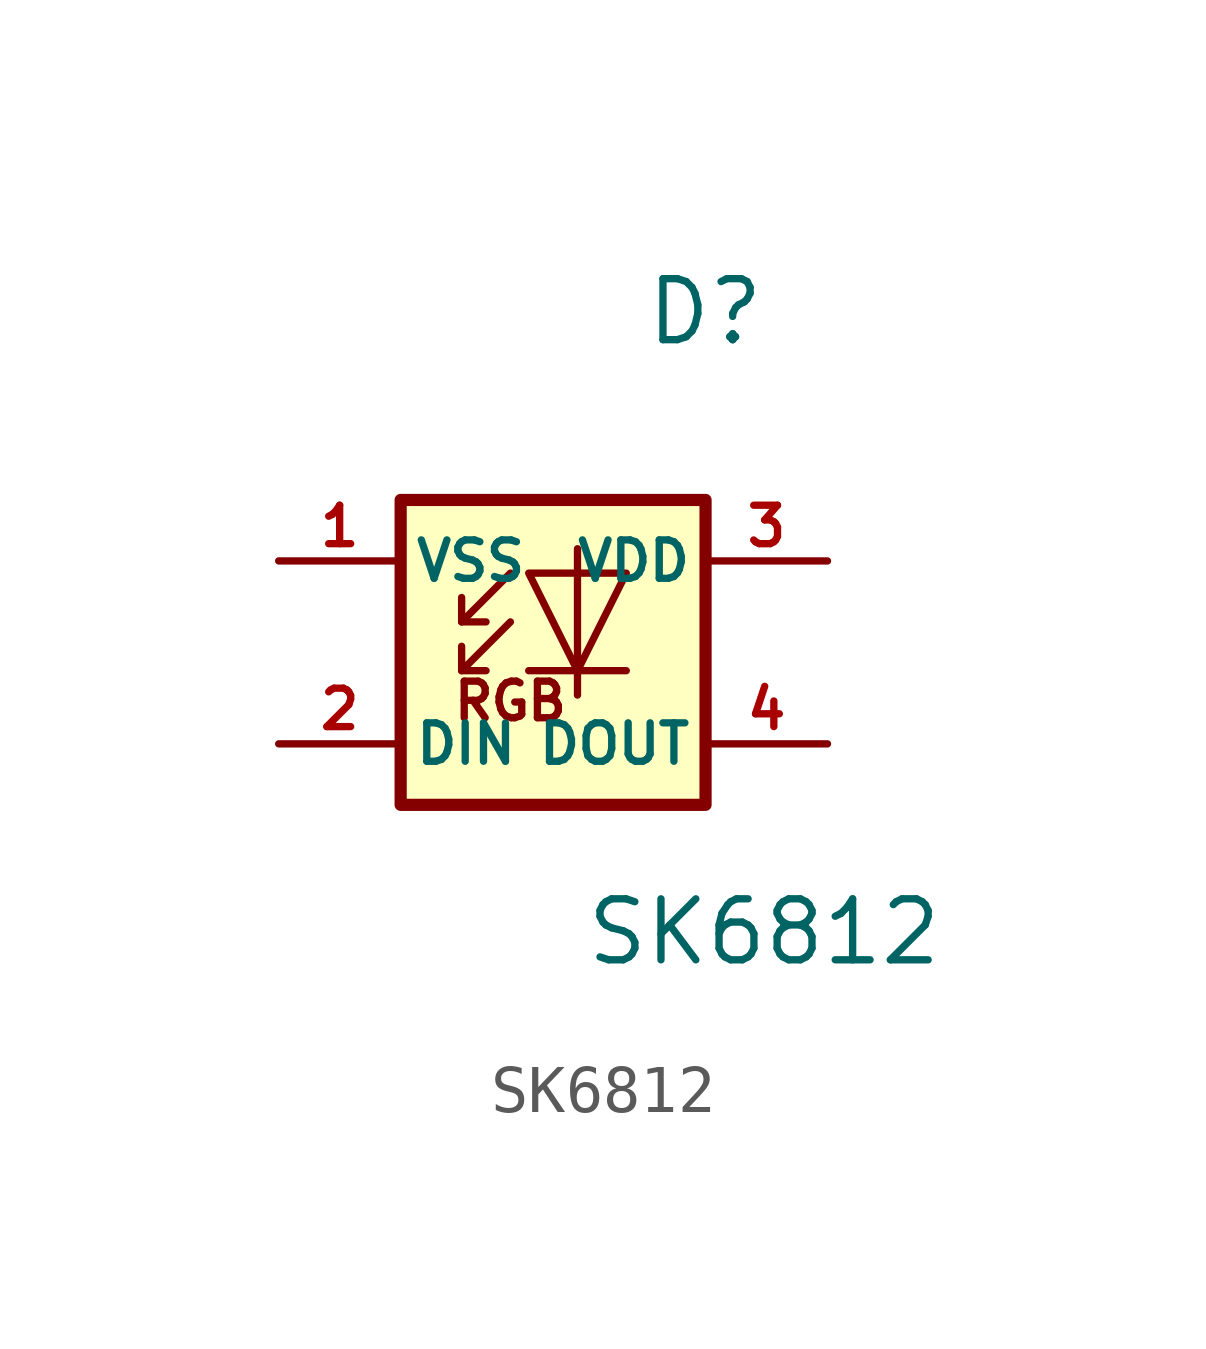
<source format=kicad_sym>
(kicad_symbol_lib
  (version 20211014)
  (generator kicad_symbol_editor)
  (symbol "SK6812"
    (pin_names
      (offset 0.254))
    (property "Reference" "D"
      (at 5.08 5.715 0)
      (effects (font (size 1.27 1.27)) (justify right bottom)))
    (property "Value" "SK6812"
      (at 1.27 -5.715 0)
      (effects (font (size 1.27 1.27)) (justify left top)))
    (symbol "SK6812_0_0"
      (text "RGB" (at -0.254 -1.651 0) (effects (font (size 0.762 0.762)))))
    (symbol "SK6812_0_1"
      (rectangle (start -2.54 2.54) (end 3.81 -3.81) (stroke (width 0.254) (type default) (color 0 0 0 0)) (fill (type background)))
      (polyline (pts (xy -1.27 -1.016) (xy -0.762 -1.016)) (stroke (width 0) (type default) (color 0 0 0 0)) (fill (type none)))
      (polyline (pts (xy -1.27 0) (xy -0.762 0)) (stroke (width 0) (type default) (color 0 0 0 0)) (fill (type none)))
      (polyline (pts (xy 2.159 -1.016) (xy 0.127 -1.016)) (stroke (width 0) (type default) (color 0 0 0 0)) (fill (type none)))
      (polyline (pts (xy -0.254 0) (xy -1.27 -1.016) (xy -1.27 -0.508)) (stroke (width 0) (type default) (color 0 0 0 0)) (fill (type none)))
      (polyline (pts (xy -0.254 1.016) (xy -1.27 0) (xy -1.27 0.508)) (stroke (width 0) (type default) (color 0 0 0 0)) (fill (type none)))
      (polyline (pts (xy 1.143 1.524) (xy 1.143 -1.016) (xy 1.143 -1.524)) (stroke (width 0) (type default) (color 0 0 0 0)) (fill (type none)))
      (polyline (pts (xy 2.159 1.016) (xy 0.127 1.016) (xy 1.143 -1.016) (xy 2.159 1.016)) (stroke (width 0) (type default) (color 0 0 0 0)) (fill (type none))))
    (symbol "SK6812_1_1"
      (pin power_in line (at -5.08 1.27 0) (length 2.54) (name "VSS" (effects (font (size 0.8 0.8)))) (number "1" (effects (font (size 0.8 0.8)))))
      (pin input line (at -5.08 -2.54 0) (length 2.54) (name "DIN" (effects (font (size 0.8 0.8)))) (number "2" (effects (font (size 0.8 0.8)))))
      (pin power_in line (at 6.35 1.27 180) (length 2.54) (name "VDD" (effects (font (size 0.8 0.8)))) (number "3" (effects (font (size 0.8 0.8)))))
      (pin output line (at 6.35 -2.54 180) (length 2.54) (name "DOUT" (effects (font (size 0.8 0.8)))) (number "4" (effects (font (size 0.8 0.8))))))))
</source>
